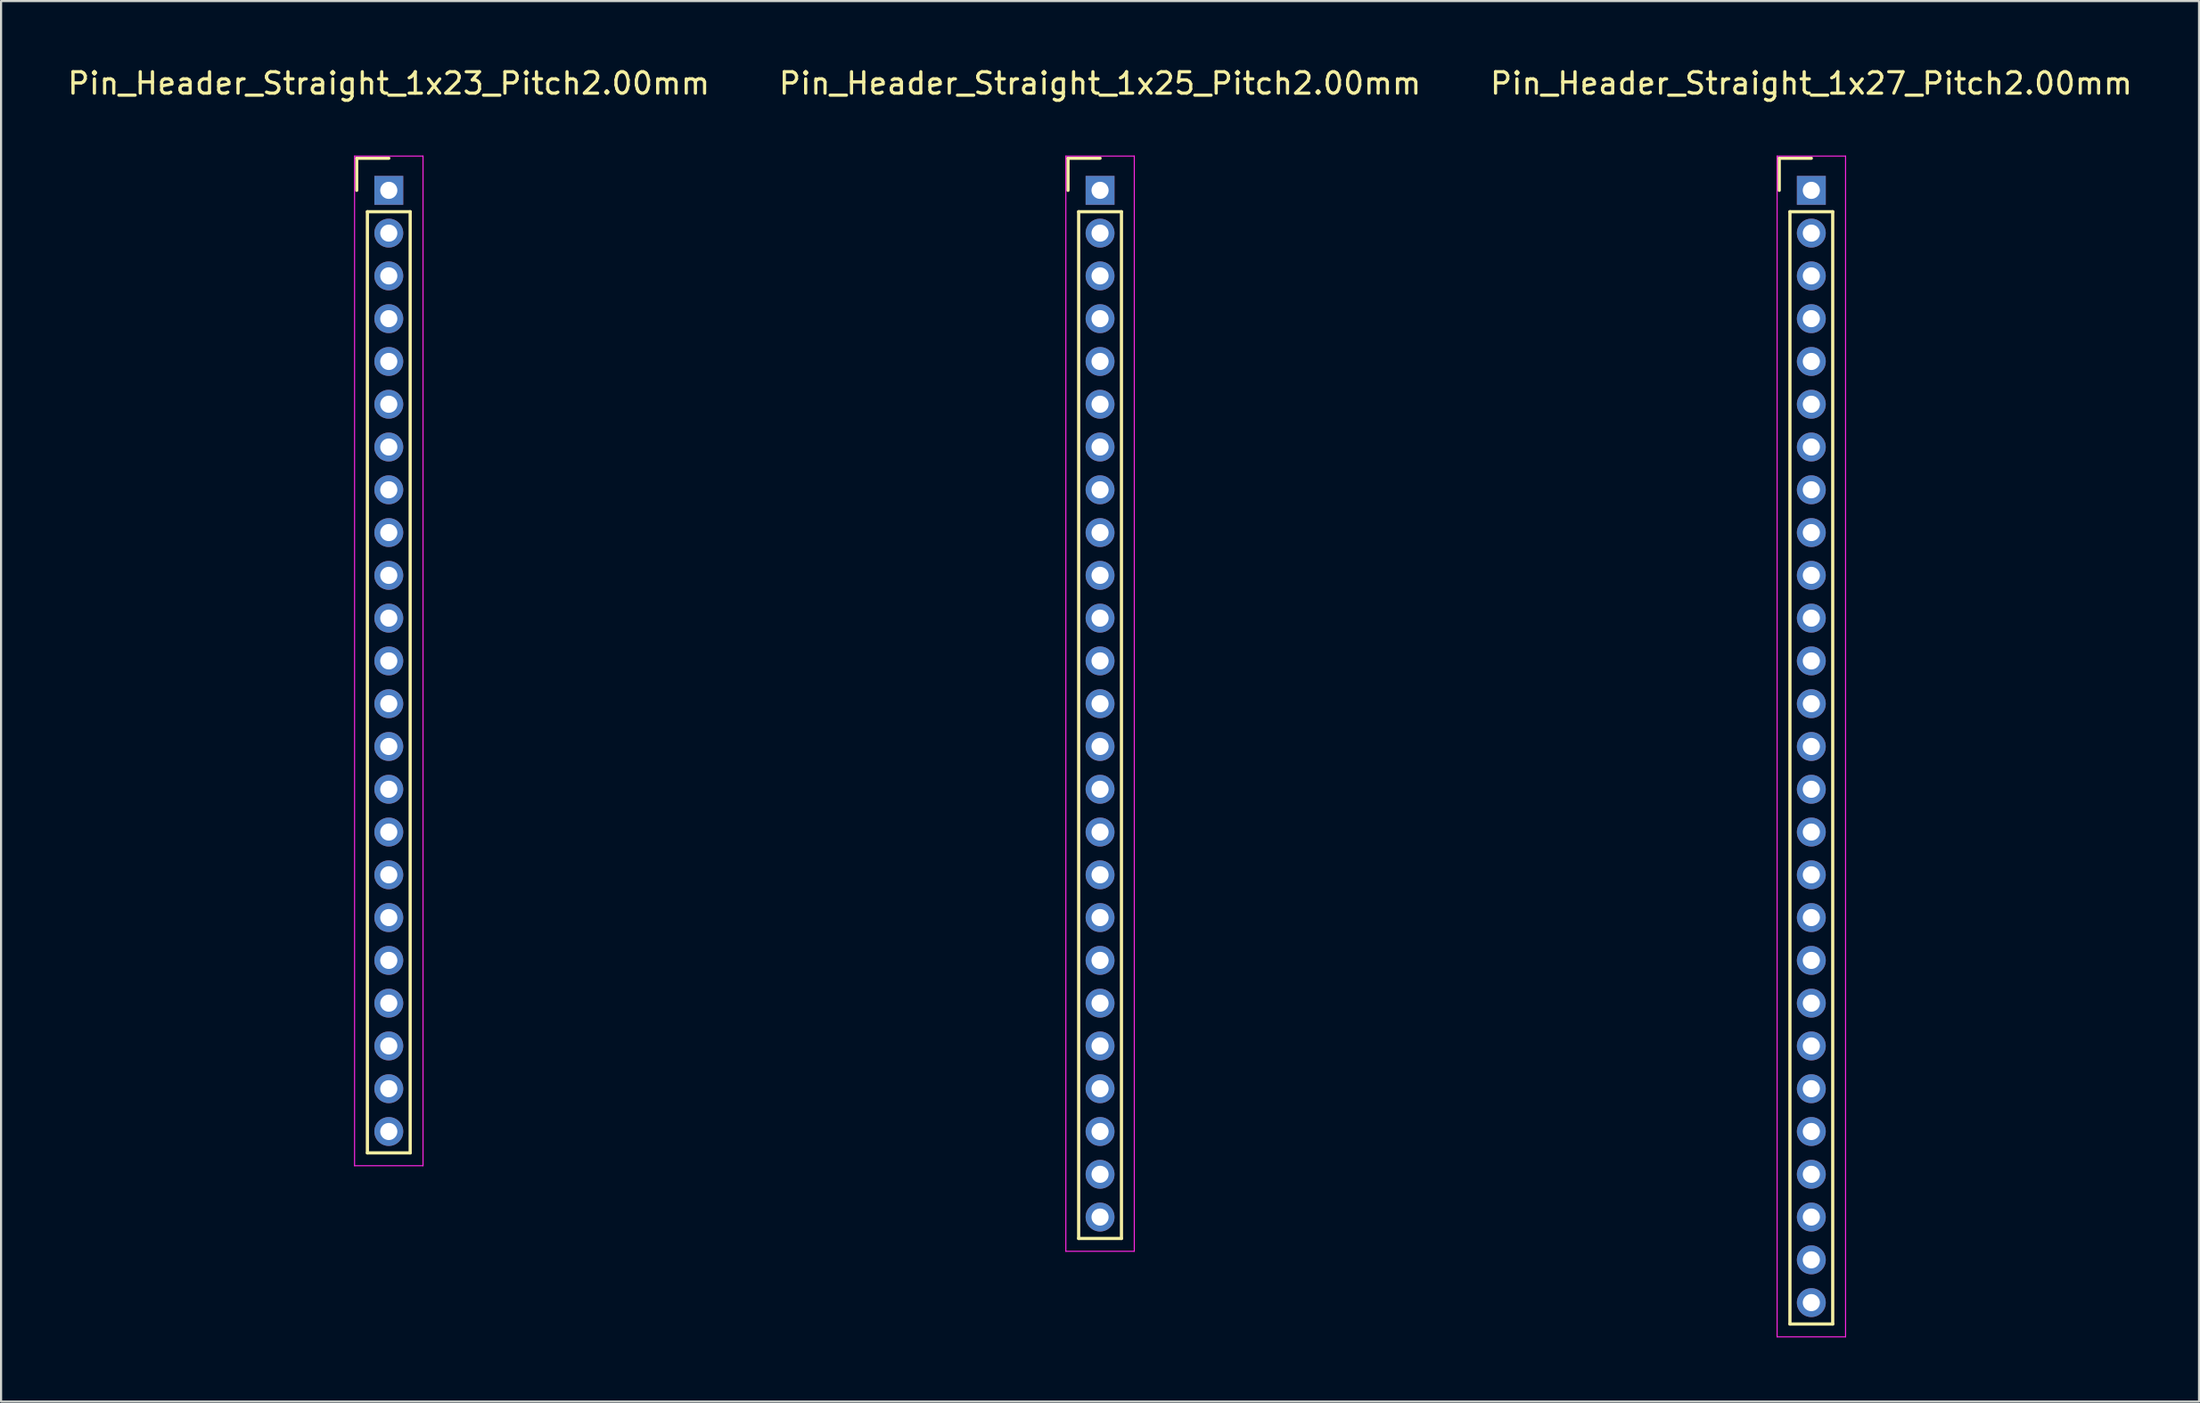
<source format=kicad_pcb>
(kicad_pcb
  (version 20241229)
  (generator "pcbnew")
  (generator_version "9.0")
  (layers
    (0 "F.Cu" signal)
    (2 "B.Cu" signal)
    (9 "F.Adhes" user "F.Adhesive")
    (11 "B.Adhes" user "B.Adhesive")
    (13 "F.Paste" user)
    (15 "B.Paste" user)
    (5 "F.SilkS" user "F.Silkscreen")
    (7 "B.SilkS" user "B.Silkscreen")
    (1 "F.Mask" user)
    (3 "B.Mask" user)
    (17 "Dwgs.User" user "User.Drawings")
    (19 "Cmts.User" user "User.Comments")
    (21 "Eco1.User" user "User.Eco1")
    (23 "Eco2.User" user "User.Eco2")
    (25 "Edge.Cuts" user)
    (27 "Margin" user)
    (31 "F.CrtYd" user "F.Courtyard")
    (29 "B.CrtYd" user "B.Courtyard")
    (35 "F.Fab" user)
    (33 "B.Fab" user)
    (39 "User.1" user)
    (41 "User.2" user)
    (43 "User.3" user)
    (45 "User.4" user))
  (footprint "Pin_Header_Straight_1x25_Pitch2.00mm"
    (layer "F.Cu")
    (at 48.375 5.848)
    (property "Reference" "Pin_Header_Straight_1x25_Pitch2.00mm" (at 0 -5 0) (layer "F.SilkS") (effects (font (size 1 1) (thickness 0.15))))
    (attr through_hole)
    (fp_line (start -1.5 -1.5) (end 0 -1.5) (stroke (width 0.15) (type solid)) (layer "F.SilkS"))
    (fp_line (start -1.5 0) (end -1.5 -1.5) (stroke (width 0.15) (type solid)) (layer "F.SilkS"))
    (fp_line (start -1 1) (end 1 1) (stroke (width 0.15) (type solid)) (layer "F.SilkS"))
    (fp_line (start -1 49) (end -1 1) (stroke (width 0.15) (type solid)) (layer "F.SilkS"))
    (fp_line (start 1 1) (end 1 49) (stroke (width 0.15) (type solid)) (layer "F.SilkS"))
    (fp_line (start 1 49) (end -1 49) (stroke (width 0.15) (type solid)) (layer "F.SilkS"))
    (fp_line (start -1.6 -1.6) (end 1.6 -1.6) (stroke (width 0.05) (type solid)) (layer "F.CrtYd"))
    (fp_line (start -1.6 49.6) (end -1.6 -1.6) (stroke (width 0.05) (type solid)) (layer "F.CrtYd"))
    (fp_line (start 1.6 -1.6) (end 1.6 49.6) (stroke (width 0.05) (type solid)) (layer "F.CrtYd"))
    (fp_line (start 1.6 49.6) (end -1.6 49.6) (stroke (width 0.05) (type solid)) (layer "F.CrtYd"))
    (pad "1" thru_hole rect (at 0 0) (size 1.35 1.35) (drill 0.8) (layers "*.Cu" "*.Mask"))
    (pad "2" thru_hole circle (at 0 2) (size 1.35 1.35) (drill 0.8) (layers "*.Cu" "*.Mask"))
    (pad "3" thru_hole circle (at 0 4) (size 1.35 1.35) (drill 0.8) (layers "*.Cu" "*.Mask"))
    (pad "4" thru_hole circle (at 0 6) (size 1.35 1.35) (drill 0.8) (layers "*.Cu" "*.Mask"))
    (pad "5" thru_hole circle (at 0 8) (size 1.35 1.35) (drill 0.8) (layers "*.Cu" "*.Mask"))
    (pad "6" thru_hole circle (at 0 10) (size 1.35 1.35) (drill 0.8) (layers "*.Cu" "*.Mask"))
    (pad "7" thru_hole circle (at 0 12) (size 1.35 1.35) (drill 0.8) (layers "*.Cu" "*.Mask"))
    (pad "8" thru_hole circle (at 0 14) (size 1.35 1.35) (drill 0.8) (layers "*.Cu" "*.Mask"))
    (pad "9" thru_hole circle (at 0 16) (size 1.35 1.35) (drill 0.8) (layers "*.Cu" "*.Mask"))
    (pad "10" thru_hole circle (at 0 18) (size 1.35 1.35) (drill 0.8) (layers "*.Cu" "*.Mask"))
    (pad "11" thru_hole circle (at 0 20) (size 1.35 1.35) (drill 0.8) (layers "*.Cu" "*.Mask"))
    (pad "12" thru_hole circle (at 0 22) (size 1.35 1.35) (drill 0.8) (layers "*.Cu" "*.Mask"))
    (pad "13" thru_hole circle (at 0 24) (size 1.35 1.35) (drill 0.8) (layers "*.Cu" "*.Mask"))
    (pad "14" thru_hole circle (at 0 26) (size 1.35 1.35) (drill 0.8) (layers "*.Cu" "*.Mask"))
    (pad "15" thru_hole circle (at 0 28) (size 1.35 1.35) (drill 0.8) (layers "*.Cu" "*.Mask"))
    (pad "16" thru_hole circle (at 0 30) (size 1.35 1.35) (drill 0.8) (layers "*.Cu" "*.Mask"))
    (pad "17" thru_hole circle (at 0 32) (size 1.35 1.35) (drill 0.8) (layers "*.Cu" "*.Mask"))
    (pad "18" thru_hole circle (at 0 34) (size 1.35 1.35) (drill 0.8) (layers "*.Cu" "*.Mask"))
    (pad "19" thru_hole circle (at 0 36) (size 1.35 1.35) (drill 0.8) (layers "*.Cu" "*.Mask"))
    (pad "20" thru_hole circle (at 0 38) (size 1.35 1.35) (drill 0.8) (layers "*.Cu" "*.Mask"))
    (pad "21" thru_hole circle (at 0 40) (size 1.35 1.35) (drill 0.8) (layers "*.Cu" "*.Mask"))
    (pad "22" thru_hole circle (at 0 42) (size 1.35 1.35) (drill 0.8) (layers "*.Cu" "*.Mask"))
    (pad "23" thru_hole circle (at 0 44) (size 1.35 1.35) (drill 0.8) (layers "*.Cu" "*.Mask"))
    (pad "24" thru_hole circle (at 0 46) (size 1.35 1.35) (drill 0.8) (layers "*.Cu" "*.Mask"))
    (pad "25" thru_hole circle (at 0 48) (size 1.35 1.35) (drill 0.8) (layers "*.Cu" "*.Mask")))
  (footprint "Pin_Header_Straight_1x27_Pitch2.00mm"
    (layer "F.Cu")
    (at 81.625 5.848)
    (property "Reference" "Pin_Header_Straight_1x27_Pitch2.00mm" (at 0 -5 0) (layer "F.SilkS") (effects (font (size 1 1) (thickness 0.15))))
    (attr through_hole)
    (fp_line (start -1.5 -1.5) (end 0 -1.5) (stroke (width 0.15) (type solid)) (layer "F.SilkS"))
    (fp_line (start -1.5 0) (end -1.5 -1.5) (stroke (width 0.15) (type solid)) (layer "F.SilkS"))
    (fp_line (start -1 1) (end 1 1) (stroke (width 0.15) (type solid)) (layer "F.SilkS"))
    (fp_line (start -1 53) (end -1 1) (stroke (width 0.15) (type solid)) (layer "F.SilkS"))
    (fp_line (start 1 1) (end 1 53) (stroke (width 0.15) (type solid)) (layer "F.SilkS"))
    (fp_line (start 1 53) (end -1 53) (stroke (width 0.15) (type solid)) (layer "F.SilkS"))
    (fp_line (start -1.6 -1.6) (end 1.6 -1.6) (stroke (width 0.05) (type solid)) (layer "F.CrtYd"))
    (fp_line (start -1.6 53.6) (end -1.6 -1.6) (stroke (width 0.05) (type solid)) (layer "F.CrtYd"))
    (fp_line (start 1.6 -1.6) (end 1.6 53.6) (stroke (width 0.05) (type solid)) (layer "F.CrtYd"))
    (fp_line (start 1.6 53.6) (end -1.6 53.6) (stroke (width 0.05) (type solid)) (layer "F.CrtYd"))
    (pad "1" thru_hole rect (at 0 0) (size 1.35 1.35) (drill 0.8) (layers "*.Cu" "*.Mask"))
    (pad "2" thru_hole circle (at 0 2) (size 1.35 1.35) (drill 0.8) (layers "*.Cu" "*.Mask"))
    (pad "3" thru_hole circle (at 0 4) (size 1.35 1.35) (drill 0.8) (layers "*.Cu" "*.Mask"))
    (pad "4" thru_hole circle (at 0 6) (size 1.35 1.35) (drill 0.8) (layers "*.Cu" "*.Mask"))
    (pad "5" thru_hole circle (at 0 8) (size 1.35 1.35) (drill 0.8) (layers "*.Cu" "*.Mask"))
    (pad "6" thru_hole circle (at 0 10) (size 1.35 1.35) (drill 0.8) (layers "*.Cu" "*.Mask"))
    (pad "7" thru_hole circle (at 0 12) (size 1.35 1.35) (drill 0.8) (layers "*.Cu" "*.Mask"))
    (pad "8" thru_hole circle (at 0 14) (size 1.35 1.35) (drill 0.8) (layers "*.Cu" "*.Mask"))
    (pad "9" thru_hole circle (at 0 16) (size 1.35 1.35) (drill 0.8) (layers "*.Cu" "*.Mask"))
    (pad "10" thru_hole circle (at 0 18) (size 1.35 1.35) (drill 0.8) (layers "*.Cu" "*.Mask"))
    (pad "11" thru_hole circle (at 0 20) (size 1.35 1.35) (drill 0.8) (layers "*.Cu" "*.Mask"))
    (pad "12" thru_hole circle (at 0 22) (size 1.35 1.35) (drill 0.8) (layers "*.Cu" "*.Mask"))
    (pad "13" thru_hole circle (at 0 24) (size 1.35 1.35) (drill 0.8) (layers "*.Cu" "*.Mask"))
    (pad "14" thru_hole circle (at 0 26) (size 1.35 1.35) (drill 0.8) (layers "*.Cu" "*.Mask"))
    (pad "15" thru_hole circle (at 0 28) (size 1.35 1.35) (drill 0.8) (layers "*.Cu" "*.Mask"))
    (pad "16" thru_hole circle (at 0 30) (size 1.35 1.35) (drill 0.8) (layers "*.Cu" "*.Mask"))
    (pad "17" thru_hole circle (at 0 32) (size 1.35 1.35) (drill 0.8) (layers "*.Cu" "*.Mask"))
    (pad "18" thru_hole circle (at 0 34) (size 1.35 1.35) (drill 0.8) (layers "*.Cu" "*.Mask"))
    (pad "19" thru_hole circle (at 0 36) (size 1.35 1.35) (drill 0.8) (layers "*.Cu" "*.Mask"))
    (pad "20" thru_hole circle (at 0 38) (size 1.35 1.35) (drill 0.8) (layers "*.Cu" "*.Mask"))
    (pad "21" thru_hole circle (at 0 40) (size 1.35 1.35) (drill 0.8) (layers "*.Cu" "*.Mask"))
    (pad "22" thru_hole circle (at 0 42) (size 1.35 1.35) (drill 0.8) (layers "*.Cu" "*.Mask"))
    (pad "23" thru_hole circle (at 0 44) (size 1.35 1.35) (drill 0.8) (layers "*.Cu" "*.Mask"))
    (pad "24" thru_hole circle (at 0 46) (size 1.35 1.35) (drill 0.8) (layers "*.Cu" "*.Mask"))
    (pad "25" thru_hole circle (at 0 48) (size 1.35 1.35) (drill 0.8) (layers "*.Cu" "*.Mask"))
    (pad "26" thru_hole circle (at 0 50) (size 1.35 1.35) (drill 0.8) (layers "*.Cu" "*.Mask"))
    (pad "27" thru_hole circle (at 0 52) (size 1.35 1.35) (drill 0.8) (layers "*.Cu" "*.Mask")))
  (footprint "Pin_Header_Straight_1x23_Pitch2.00mm"
    (layer "F.Cu")
    (at 15.125 5.848)
    (property "Reference" "Pin_Header_Straight_1x23_Pitch2.00mm" (at 0 -5 0) (layer "F.SilkS") (effects (font (size 1 1) (thickness 0.15))))
    (attr through_hole)
    (fp_line (start -1.5 -1.5) (end 0 -1.5) (stroke (width 0.15) (type solid)) (layer "F.SilkS"))
    (fp_line (start -1.5 0) (end -1.5 -1.5) (stroke (width 0.15) (type solid)) (layer "F.SilkS"))
    (fp_line (start -1 1) (end 1 1) (stroke (width 0.15) (type solid)) (layer "F.SilkS"))
    (fp_line (start -1 45) (end -1 1) (stroke (width 0.15) (type solid)) (layer "F.SilkS"))
    (fp_line (start 1 1) (end 1 45) (stroke (width 0.15) (type solid)) (layer "F.SilkS"))
    (fp_line (start 1 45) (end -1 45) (stroke (width 0.15) (type solid)) (layer "F.SilkS"))
    (fp_line (start -1.6 -1.6) (end 1.6 -1.6) (stroke (width 0.05) (type solid)) (layer "F.CrtYd"))
    (fp_line (start -1.6 45.6) (end -1.6 -1.6) (stroke (width 0.05) (type solid)) (layer "F.CrtYd"))
    (fp_line (start 1.6 -1.6) (end 1.6 45.6) (stroke (width 0.05) (type solid)) (layer "F.CrtYd"))
    (fp_line (start 1.6 45.6) (end -1.6 45.6) (stroke (width 0.05) (type solid)) (layer "F.CrtYd"))
    (pad "1" thru_hole rect (at 0 0) (size 1.35 1.35) (drill 0.8) (layers "*.Cu" "*.Mask"))
    (pad "2" thru_hole circle (at 0 2) (size 1.35 1.35) (drill 0.8) (layers "*.Cu" "*.Mask"))
    (pad "3" thru_hole circle (at 0 4) (size 1.35 1.35) (drill 0.8) (layers "*.Cu" "*.Mask"))
    (pad "4" thru_hole circle (at 0 6) (size 1.35 1.35) (drill 0.8) (layers "*.Cu" "*.Mask"))
    (pad "5" thru_hole circle (at 0 8) (size 1.35 1.35) (drill 0.8) (layers "*.Cu" "*.Mask"))
    (pad "6" thru_hole circle (at 0 10) (size 1.35 1.35) (drill 0.8) (layers "*.Cu" "*.Mask"))
    (pad "7" thru_hole circle (at 0 12) (size 1.35 1.35) (drill 0.8) (layers "*.Cu" "*.Mask"))
    (pad "8" thru_hole circle (at 0 14) (size 1.35 1.35) (drill 0.8) (layers "*.Cu" "*.Mask"))
    (pad "9" thru_hole circle (at 0 16) (size 1.35 1.35) (drill 0.8) (layers "*.Cu" "*.Mask"))
    (pad "10" thru_hole circle (at 0 18) (size 1.35 1.35) (drill 0.8) (layers "*.Cu" "*.Mask"))
    (pad "11" thru_hole circle (at 0 20) (size 1.35 1.35) (drill 0.8) (layers "*.Cu" "*.Mask"))
    (pad "12" thru_hole circle (at 0 22) (size 1.35 1.35) (drill 0.8) (layers "*.Cu" "*.Mask"))
    (pad "13" thru_hole circle (at 0 24) (size 1.35 1.35) (drill 0.8) (layers "*.Cu" "*.Mask"))
    (pad "14" thru_hole circle (at 0 26) (size 1.35 1.35) (drill 0.8) (layers "*.Cu" "*.Mask"))
    (pad "15" thru_hole circle (at 0 28) (size 1.35 1.35) (drill 0.8) (layers "*.Cu" "*.Mask"))
    (pad "16" thru_hole circle (at 0 30) (size 1.35 1.35) (drill 0.8) (layers "*.Cu" "*.Mask"))
    (pad "17" thru_hole circle (at 0 32) (size 1.35 1.35) (drill 0.8) (layers "*.Cu" "*.Mask"))
    (pad "18" thru_hole circle (at 0 34) (size 1.35 1.35) (drill 0.8) (layers "*.Cu" "*.Mask"))
    (pad "19" thru_hole circle (at 0 36) (size 1.35 1.35) (drill 0.8) (layers "*.Cu" "*.Mask"))
    (pad "20" thru_hole circle (at 0 38) (size 1.35 1.35) (drill 0.8) (layers "*.Cu" "*.Mask"))
    (pad "21" thru_hole circle (at 0 40) (size 1.35 1.35) (drill 0.8) (layers "*.Cu" "*.Mask"))
    (pad "22" thru_hole circle (at 0 42) (size 1.35 1.35) (drill 0.8) (layers "*.Cu" "*.Mask"))
    (pad "23" thru_hole circle (at 0 44) (size 1.35 1.35) (drill 0.8) (layers "*.Cu" "*.Mask")))
  (gr_rect
    (start -3 -3)
    (end 99.75 62.473)
    (stroke (width 0.1) (type default))
    (fill no)
    (layer "Edge.Cuts")))
</source>
